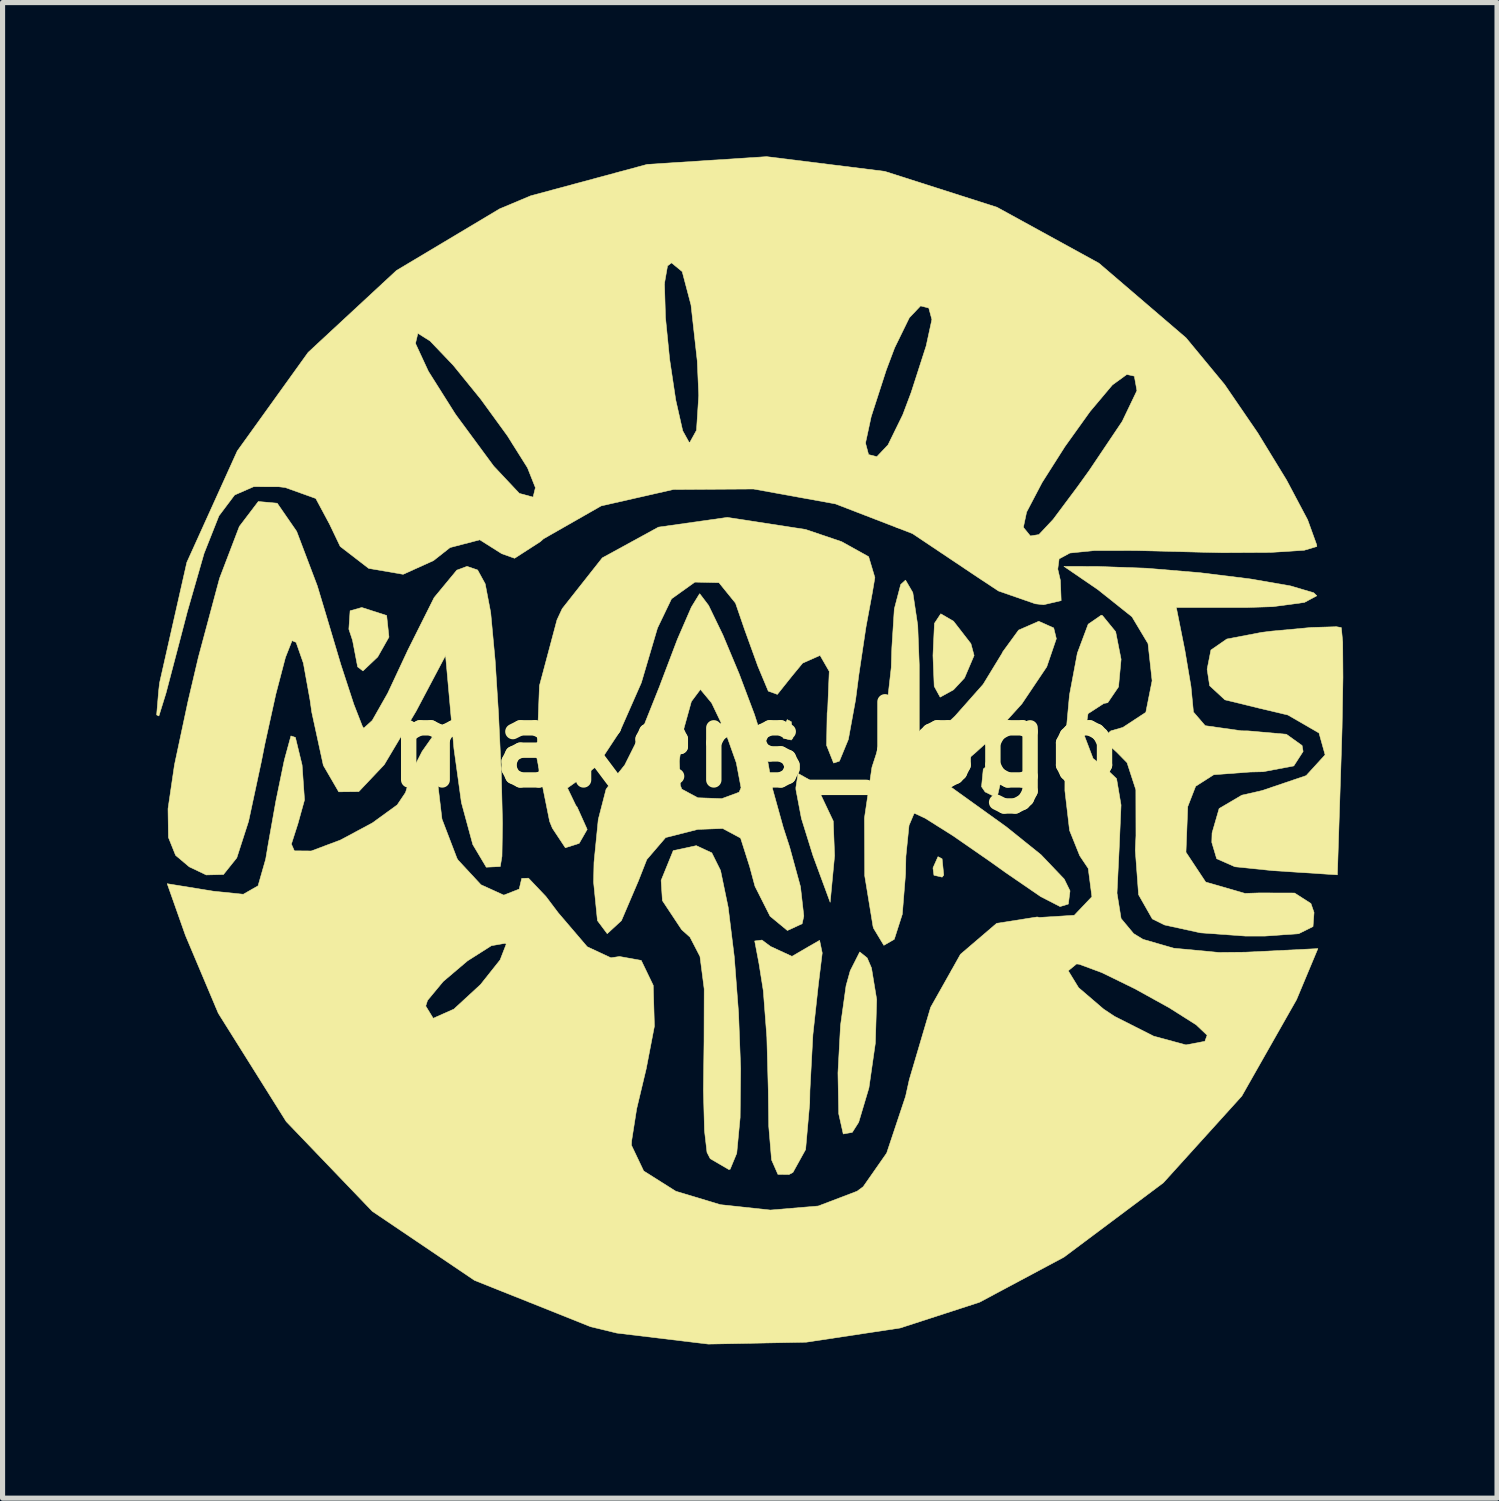
<source format=kicad_pcb>
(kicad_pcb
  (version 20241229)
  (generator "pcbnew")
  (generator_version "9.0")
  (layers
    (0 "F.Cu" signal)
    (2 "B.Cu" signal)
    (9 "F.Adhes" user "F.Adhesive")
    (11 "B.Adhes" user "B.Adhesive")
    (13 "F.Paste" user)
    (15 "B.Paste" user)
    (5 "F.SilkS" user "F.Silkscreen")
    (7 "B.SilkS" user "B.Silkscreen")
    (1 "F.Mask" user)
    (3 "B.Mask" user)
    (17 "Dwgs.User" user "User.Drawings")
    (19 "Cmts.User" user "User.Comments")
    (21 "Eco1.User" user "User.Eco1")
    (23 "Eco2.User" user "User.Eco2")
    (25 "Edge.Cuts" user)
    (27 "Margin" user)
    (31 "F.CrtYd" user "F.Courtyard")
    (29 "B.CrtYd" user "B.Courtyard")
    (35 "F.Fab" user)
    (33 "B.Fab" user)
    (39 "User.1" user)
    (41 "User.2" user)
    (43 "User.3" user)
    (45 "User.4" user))
  (footprint "makers_logo"
    (layer "F.Cu")
    (at 11.67 11.472)
    (property "Reference" "makers_logo" (at 0 0 0) (layer "F.SilkS") (effects (font (size 1.524 1.524) (thickness 0.3))))
    (attr through_hole)
    (fp_poly (pts (xy 0.713 -0.446) (xy 0.745 -0.128) (xy 0.713 -0.089) (xy 0.554 -0.126) (xy 0.535 -0.267) (xy 0.633 -0.487) (xy 0.713 -0.446)) (stroke (width 0.01) (type solid)) (fill yes) (layer "F.SilkS"))
    (fp_poly (pts (xy 3.654 2.228) (xy 3.686 2.545) (xy 3.654 2.585) (xy 3.495 2.548) (xy 3.476 2.406) (xy 3.574 2.186) (xy 3.654 2.228)) (stroke (width 0.01) (type solid)) (fill yes) (layer "F.SilkS"))
    (fp_poly (pts (xy 4.773 0.462) (xy 4.813 0.653) (xy 4.725 1.039) (xy 4.493 0.923) (xy 4.423 0.821) (xy 4.457 0.477) (xy 4.541 0.404) (xy 4.773 0.462)) (stroke (width 0.01) (type solid)) (fill yes) (layer "F.SilkS"))
    (fp_poly (pts (xy -7.179 -2.518) (xy -7.134 -2.097) (xy -7.353 -1.71) (xy -7.641 -1.437) (xy -7.745 -1.516) (xy -7.844 -2.033) (xy -7.916 -2.251) (xy -7.892 -2.61) (xy -7.664 -2.674) (xy -7.179 -2.518)) (stroke (width 0.01) (type solid)) (fill yes) (layer "F.SilkS"))
    (fp_poly (pts (xy 1.061 0.684) (xy 1.223 0.841) (xy 1.531 1.491) (xy 1.557 2.168) (xy 1.471 3.075) (xy 1.136 2.166) (xy 0.91 1.439) (xy 0.803 0.877) (xy 0.802 0.839) (xy 0.845 0.563) (xy 1.061 0.684)) (stroke (width 0.01) (type solid)) (fill yes) (layer "F.SilkS"))
    (fp_poly (pts (xy 3.877 -2.406) (xy 4.216 -1.968) (xy 4.278 -1.738) (xy 4.091 -1.299) (xy 3.877 -1.069) (xy 3.616 -0.925) (xy 3.5 -1.137) (xy 3.476 -1.738) (xy 3.505 -2.365) (xy 3.628 -2.551) (xy 3.877 -2.406)) (stroke (width 0.01) (type solid)) (fill yes) (layer "F.SilkS"))
    (fp_poly (pts (xy 2.193 4.161) (xy 2.277 4.357) (xy 2.378 4.971) (xy 2.352 5.823) (xy 2.227 6.695) (xy 2.027 7.366) (xy 1.902 7.563) (xy 1.726 7.594) (xy 1.638 7.201) (xy 1.623 6.403) (xy 1.673 5.476) (xy 1.781 4.703) (xy 1.862 4.412) (xy 2.048 4.044) (xy 2.193 4.161)) (stroke (width 0.01) (type solid)) (fill yes) (layer "F.SilkS"))
    (fp_poly (pts (xy 0.308 3.937) (xy 0.726 4.13) (xy 1.057 3.937) (xy 1.265 3.818) (xy 1.316 4.064) (xy 1.241 4.679) (xy 1.134 5.659) (xy 1.076 6.748) (xy 1.072 6.99) (xy 0.992 7.898) (xy 0.745 8.344) (xy 0.668 8.385) (xy 0.452 8.382) (xy 0.328 8.1) (xy 0.273 7.445) (xy 0.264 6.743) (xy 0.236 5.707) (xy 0.167 4.801) (xy 0.084 4.278) (xy -0.001 3.83) (xy 0.141 3.812) (xy 0.308 3.937)) (stroke (width 0.01) (type solid)) (fill yes) (layer "F.SilkS"))
    (fp_poly (pts (xy -0.838 2.111) (xy -0.667 2.455) (xy -0.518 3.174) (xy -0.399 4.142) (xy -0.316 5.233) (xy -0.275 6.318) (xy -0.285 7.273) (xy -0.351 7.97) (xy -0.48 8.282) (xy -0.505 8.288) (xy -0.868 8.076) (xy -0.931 7.954) (xy -0.98 7.53) (xy -1.001 6.745) (xy -0.989 5.794) (xy -0.986 4.766) (xy -1.068 4.132) (xy -1.263 3.755) (xy -1.425 3.61) (xy -1.801 3.043) (xy -1.826 2.649) (xy -1.59 2.068) (xy -1.14 1.971) (xy -0.838 2.111)) (stroke (width 0.01) (type solid)) (fill yes) (layer "F.SilkS"))
    (fp_poly (pts (xy 11.44 -2.282) (xy 11.467 -2) (xy 11.472 -1.309) (xy 11.455 -0.333) (xy 11.44 0.166) (xy 11.363 2.54) (xy 10.122 2.46) (xy 9.366 2.383) (xy 9.009 2.226) (xy 8.914 1.907) (xy 8.919 1.724) (xy 9.057 1.247) (xy 9.499 0.987) (xy 9.893 0.897) (xy 10.754 0.605) (xy 11.124 0.2) (xy 11.005 -0.226) (xy 10.398 -0.577) (xy 9.863 -0.704) (xy 9.17 -0.873) (xy 8.872 -1.148) (xy 8.823 -1.47) (xy 8.897 -1.845) (xy 9.207 -2.059) (xy 9.888 -2.189) (xy 10.093 -2.214) (xy 10.85 -2.284) (xy 11.345 -2.299) (xy 11.44 -2.282)) (stroke (width 0.01) (type solid)) (fill yes) (layer "F.SilkS"))
    (fp_poly (pts (xy 0.991 -4.196) (xy 1.694 -3.958) (xy 2.221 -3.665) (xy 2.343 -3.257) (xy 2.294 -2.966) (xy 2.169 -2.291) (xy 2.03 -1.361) (xy 1.967 -0.876) (xy 1.826 -0.102) (xy 1.651 0.323) (xy 1.538 0.36) (xy 1.401 0.014) (xy 1.412 -0.618) (xy 1.423 -0.698) (xy 1.453 -1.428) (xy 1.274 -1.74) (xy 0.934 -1.589) (xy 0.723 -1.333) (xy 0.441 -0.979) (xy 0.264 -1.043) (xy 0.061 -1.529) (xy -0.2 -2.25) (xy -0.375 -2.759) (xy -0.698 -3.158) (xy -1.168 -3.169) (xy -1.623 -2.843) (xy -1.897 -2.273) (xy -2.212 -1.206) (xy -2.627 -0.264) (xy -3.069 0.407) (xy -3.362 0.639) (xy -3.653 0.846) (xy -3.489 1.187) (xy -3.464 1.218) (xy -3.268 1.654) (xy -3.424 1.926) (xy -3.694 2.012) (xy -3.947 1.63) (xy -4.001 1.497) (xy -4.252 0.251) (xy -4.199 -1.149) (xy -3.857 -2.432) (xy -3.755 -2.651) (xy -2.973 -3.642) (xy -1.878 -4.241) (xy -0.535 -4.431) (xy 0.991 -4.196)) (stroke (width 0.01) (type solid)) (fill yes) (layer "F.SilkS"))
    (fp_poly (pts (xy 3.083 -2.964) (xy 3.179 -2.323) (xy 3.208 -1.558) (xy 3.208 0.093) (xy 3.905 -0.555) (xy 4.455 -1.176) (xy 4.826 -1.784) (xy 4.834 -1.805) (xy 5.146 -2.233) (xy 5.539 -2.405) (xy 5.831 -2.275) (xy 5.882 -2.065) (xy 5.695 -1.517) (xy 5.209 -0.794) (xy 4.542 -0.058) (xy 4.31 0.153) (xy 3.662 0.711) (xy 4.906 1.604) (xy 5.584 2.149) (xy 6.036 2.623) (xy 6.149 2.853) (xy 6.116 3.11) (xy 5.955 3.159) (xy 5.577 2.965) (xy 4.892 2.495) (xy 4.581 2.273) (xy 3.862 1.775) (xy 3.322 1.435) (xy 3.11 1.337) (xy 3.009 1.576) (xy 2.948 2.179) (xy 2.941 2.524) (xy 2.878 3.308) (xy 2.721 3.798) (xy 2.518 3.915) (xy 2.318 3.583) (xy 2.307 3.547) (xy 2.145 2.559) (xy 2.14 1.431) (xy 2.286 0.441) (xy 2.37 0.183) (xy 2.554 -0.547) (xy 2.662 -1.501) (xy 2.674 -1.889) (xy 2.722 -2.646) (xy 2.847 -3.123) (xy 2.941 -3.208) (xy 3.083 -2.964)) (stroke (width 0.01) (type solid)) (fill yes) (layer "F.SilkS"))
    (fp_poly (pts (xy -0.9 -2.714) (xy -0.622 -2.139) (xy -0.303 -1.377) (xy -0.006 -0.588) (xy 0.204 0.069) (xy 0.267 0.398) (xy 0.349 0.87) (xy 0.557 1.619) (xy 0.681 2.001) (xy 0.892 2.772) (xy 0.957 3.344) (xy 0.924 3.494) (xy 0.637 3.626) (xy 0.299 3.347) (xy 0.004 2.762) (xy -0.098 2.383) (xy -0.276 1.823) (xy -0.625 1.636) (xy -1.111 1.654) (xy -1.738 1.813) (xy -2.105 2.241) (xy -2.269 2.658) (xy -2.6 3.433) (xy -2.877 3.688) (xy -3.068 3.433) (xy -3.143 2.683) (xy -3.135 2.298) (xy -3.052 1.462) (xy -2.9 0.872) (xy -2.772 0.694) (xy -2.536 0.399) (xy -2.495 0.317) (xy -1.471 0.317) (xy -1.452 0.793) (xy -1.423 0.869) (xy -1.11 1.037) (xy -0.643 1.054) (xy -0.305 0.929) (xy -0.267 0.842) (xy -0.36 0.353) (xy -0.581 -0.269) (xy -0.841 -0.812) (xy -1.053 -1.068) (xy -1.065 -1.069) (xy -1.236 -0.84) (xy -1.385 -0.302) (xy -1.471 0.317) (xy -2.495 0.317) (xy -2.205 -0.263) (xy -1.85 -1.152) (xy -1.839 -1.183) (xy -1.509 -2.052) (xy -1.236 -2.681) (xy -1.077 -2.94) (xy -1.072 -2.941) (xy -0.9 -2.714)) (stroke (width 0.01) (type solid)) (fill yes) (layer "F.SilkS"))
    (fp_poly (pts (xy 6.692 -3.474) (xy 7.649 -3.439) (xy 8.686 -3.352) (xy 9.665 -3.231) (xy 10.449 -3.095) (xy 10.902 -2.961) (xy 10.962 -2.902) (xy 10.721 -2.773) (xy 10.104 -2.69) (xy 9.592 -2.674) (xy 8.222 -2.674) (xy 8.389 -1.838) (xy 8.508 -1.132) (xy 8.556 -0.635) (xy 8.785 -0.369) (xy 9.492 -0.269) (xy 9.625 -0.267) (xy 10.369 -0.201) (xy 10.675 0.018) (xy 10.695 0.134) (xy 10.513 0.416) (xy 9.915 0.529) (xy 9.654 0.535) (xy 8.951 0.588) (xy 8.599 0.813) (xy 8.445 1.209) (xy 8.41 2.1) (xy 8.795 2.681) (xy 9.561 2.902) (xy 9.839 2.893) (xy 10.529 2.895) (xy 10.847 3.099) (xy 10.908 3.275) (xy 10.888 3.549) (xy 10.609 3.688) (xy 9.957 3.734) (xy 9.578 3.735) (xy 8.693 3.671) (xy 7.993 3.518) (xy 7.754 3.4) (xy 7.486 2.928) (xy 7.422 2.062) (xy 7.435 1.779) (xy 7.433 0.882) (xy 7.261 0.353) (xy 7.061 0.149) (xy 6.767 -0.119) (xy 6.945 -0.268) (xy 7.179 -0.335) (xy 7.627 -0.629) (xy 7.75 -1.245) (xy 7.67 -1.97) (xy 7.357 -2.493) (xy 6.692 -3.023) (xy 6.03 -3.476) (xy 6.692 -3.474)) (stroke (width 0.01) (type solid)) (fill yes) (layer "F.SilkS"))
    (fp_poly (pts (xy -9.313 -4.707) (xy -8.934 -4.158) (xy -8.532 -3.097) (xy -8.367 -2.549) (xy -8.073 -1.562) (xy -7.82 -0.788) (xy -7.653 -0.359) (xy -7.627 -0.319) (xy -7.46 -0.471) (xy -7.158 -1.003) (xy -6.784 -1.803) (xy -6.774 -1.826) (xy -6.253 -2.867) (xy -5.811 -3.402) (xy -5.611 -3.476) (xy -5.405 -3.405) (xy -5.257 -3.135) (xy -5.15 -2.576) (xy -5.063 -1.639) (xy -4.998 -0.612) (xy -4.943 0.568) (xy -4.92 1.537) (xy -4.93 2.178) (xy -4.963 2.378) (xy -5.236 2.391) (xy -5.499 1.949) (xy -5.721 1.13) (xy -5.867 0.076) (xy -6.03 -1.738) (xy -6.605 -0.651) (xy -7.226 0.392) (xy -7.723 0.917) (xy -8.114 0.921) (xy -8.414 0.405) (xy -8.64 -0.634) (xy -8.673 -0.868) (xy -8.803 -1.588) (xy -8.945 -1.994) (xy -9.024 -2.027) (xy -9.153 -1.7) (xy -9.341 -0.982) (xy -9.555 -0.009) (xy -9.621 0.324) (xy -9.872 1.496) (xy -10.102 2.209) (xy -10.362 2.534) (xy -10.698 2.542) (xy -11.029 2.384) (xy -11.295 2.16) (xy -11.435 1.811) (xy -11.443 1.251) (xy -11.317 0.394) (xy -11.053 -0.844) (xy -10.851 -1.703) (xy -10.438 -3.243) (xy -10.052 -4.254) (xy -9.682 -4.741) (xy -9.313 -4.707)) (stroke (width 0.01) (type solid)) (fill yes) (layer "F.SilkS"))
    (fp_poly (pts (xy 2.535 -11.18) (xy 4.724 -10.48) (xy 6.712 -9.389) (xy 8.412 -7.932) (xy 9.164 -7.022) (xy 9.81 -6.079) (xy 10.374 -5.156) (xy 10.783 -4.384) (xy 10.96 -3.895) (xy 10.962 -3.863) (xy 10.716 -3.79) (xy 10.06 -3.748) (xy 9.118 -3.743) (xy 8.756 -3.751) (xy 7.468 -3.784) (xy 6.627 -3.785) (xy 6.146 -3.736) (xy 5.936 -3.622) (xy 5.91 -3.423) (xy 5.961 -3.202) (xy 5.976 -2.808) (xy 5.634 -2.728) (xy 5.473 -2.746) (xy 4.755 -2.995) (xy 4.36 -3.256) (xy 3.077 -4.115) (xy 2.76 -4.237) (xy 5.239 -4.237) (xy 5.376 -4.069) (xy 5.542 -4.096) (xy 5.82 -4.392) (xy 6.294 -5.027) (xy 6.525 -5.348) (xy 7.166 -6.302) (xy 7.454 -6.903) (xy 7.403 -7.186) (xy 7.257 -7.219) (xy 6.975 -7.014) (xy 6.54 -6.497) (xy 6.05 -5.813) (xy 5.604 -5.111) (xy 5.302 -4.535) (xy 5.239 -4.237) (xy 2.76 -4.237) (xy 1.573 -4.695) (xy -0.024 -4.985) (xy -1.589 -4.975) (xy -2.996 -4.655) (xy -4.119 -4.014) (xy -4.183 -3.957) (xy -4.684 -3.634) (xy -4.934 -3.723) (xy -5.363 -3.994) (xy -5.942 -3.843) (xy -6.266 -3.588) (xy -6.857 -3.321) (xy -7.53 -3.437) (xy -8.085 -3.865) (xy -8.292 -4.298) (xy -8.561 -4.8) (xy -9.157 -5.014) (xy -9.284 -5.029) (xy -9.773 -5.03) (xy -10.144 -4.868) (xy -10.45 -4.461) (xy -10.74 -3.729) (xy -11.067 -2.591) (xy -11.234 -1.95) (xy -11.482 -1.006) (xy -11.621 -0.558) (xy -11.665 -0.579) (xy -11.626 -1.045) (xy -11.608 -1.203) (xy -11.076 -3.554) (xy -10.092 -5.727) (xy -8.711 -7.648) (xy -8.522 -7.824) (xy -6.617 -7.824) (xy -6.365 -7.28) (xy -5.849 -6.462) (xy -5.818 -6.417) (xy -5.092 -5.432) (xy -4.591 -4.899) (xy -4.323 -4.827) (xy -4.278 -5.011) (xy -4.432 -5.399) (xy -4.735 -5.881) (xy 2.16 -5.881) (xy 2.22 -5.656) (xy 2.381 -5.615) (xy 2.599 -5.845) (xy 2.887 -6.433) (xy 3.05 -6.866) (xy 3.343 -7.775) (xy 3.455 -8.29) (xy 3.394 -8.515) (xy 3.234 -8.556) (xy 3.015 -8.325) (xy 2.728 -7.738) (xy 2.565 -7.305) (xy 2.271 -6.396) (xy 2.16 -5.881) (xy -4.735 -5.881) (xy -4.822 -6.02) (xy -5.341 -6.734) (xy -5.881 -7.399) (xy -6.334 -7.873) (xy -6.57 -8.021) (xy -6.617 -7.824) (xy -8.522 -7.824) (xy -7.261 -8.993) (xy -1.761 -8.993) (xy -1.741 -8.329) (xy -1.66 -7.514) (xy -1.541 -6.721) (xy -1.405 -6.12) (xy -1.273 -5.882) (xy -1.136 -6.13) (xy -1.092 -6.813) (xy -1.121 -7.481) (xy -1.243 -8.574) (xy -1.415 -9.225) (xy -1.623 -9.396) (xy -1.701 -9.336) (xy -1.761 -8.993) (xy -7.261 -8.993) (xy -6.988 -9.246) (xy -4.977 -10.448) (xy -4.37 -10.703) (xy -2.098 -11.316) (xy 0.232 -11.467) (xy 2.535 -11.18)) (stroke (width 0.01) (type solid)) (fill yes) (layer "F.SilkS"))
    (fp_poly (pts (xy 6.781 -2.517) (xy 7.039 -2.201) (xy 7.145 -1.663) (xy 7.095 -1.126) (xy 6.885 -0.817) (xy 6.807 -0.802) (xy 6.5 -0.603) (xy 6.432 -0.166) (xy 6.599 0.272) (xy 6.821 0.439) (xy 7.057 0.665) (xy 7.144 1.179) (xy 7.107 2.036) (xy 7.065 2.897) (xy 7.145 3.393) (xy 7.389 3.686) (xy 7.572 3.798) (xy 8.172 3.971) (xy 9.052 4.054) (xy 9.569 4.049) (xy 10.983 3.979) (xy 10.567 4.974) (xy 9.499 6.855) (xy 7.969 8.546) (xy 6.031 9.996) (xy 4.384 10.876) (xy 2.837 11.378) (xy 1.005 11.655) (xy -0.906 11.692) (xy -2.691 11.477) (xy -3.202 11.353) (xy -5.466 10.449) (xy -7.458 9.103) (xy -9.137 7.353) (xy -10.463 5.239) (xy -10.522 5.099) (xy -6.417 5.099) (xy -6.271 5.338) (xy -5.868 5.159) (xy -5.348 4.68) (xy -4.966 4.199) (xy -4.848 3.894) (xy -4.86 3.874) (xy -5.136 3.922) (xy -5.602 4.218) (xy -6.076 4.62) (xy -6.382 4.989) (xy -6.417 5.099) (xy -10.522 5.099) (xy -11.103 3.722) (xy -11.459 2.713) (xy -10.56 2.859) (xy -9.975 2.919) (xy -9.687 2.754) (xy -9.538 2.233) (xy -9.494 1.97) (xy -9.339 1.099) (xy -9.182 0.337) (xy -9.165 0.267) (xy -9.046 -0.169) (xy -8.959 -0.14) (xy -8.832 0.383) (xy -8.828 0.401) (xy -8.781 1.079) (xy -8.91 1.544) (xy -9.037 1.94) (xy -8.979 2.072) (xy -8.65 2.075) (xy -8.08 1.861) (xy -7.458 1.528) (xy -6.973 1.176) (xy -6.811 0.935) (xy -6.68 0.51) (xy -6.488 0.134) (xy -6.285 -0.154) (xy -6.204 -0.038) (xy -6.202 0.545) (xy -6.203 0.583) (xy -6.1 1.453) (xy -5.807 2.219) (xy -5.785 2.254) (xy -5.339 2.734) (xy -4.894 2.936) (xy -4.594 2.818) (xy -4.545 2.61) (xy -4.413 2.605) (xy -4.074 2.961) (xy -3.832 3.282) (xy -3.267 3.943) (xy -2.805 4.158) (xy -2.637 4.133) (xy -2.214 4.209) (xy -1.98 4.695) (xy -1.957 5.492) (xy -2.116 6.319) (xy -2.303 7.103) (xy -2.401 7.727) (xy -2.405 7.814) (xy -2.166 8.316) (xy -1.54 8.711) (xy -0.67 8.973) (xy 0.304 9.078) (xy 1.239 8.999) (xy 1.995 8.711) (xy 2.115 8.623) (xy 2.573 7.967) (xy 2.942 6.86) (xy 3.014 6.535) (xy 3.431 5.123) (xy 3.832 4.411) (xy 6.114 4.411) (xy 6.316 4.741) (xy 6.803 5.158) (xy 7.018 5.301) (xy 7.779 5.686) (xy 8.41 5.857) (xy 8.779 5.787) (xy 8.823 5.668) (xy 8.609 5.465) (xy 8.081 5.131) (xy 7.41 4.76) (xy 6.769 4.447) (xy 6.329 4.284) (xy 6.276 4.278) (xy 6.114 4.411) (xy 3.832 4.411) (xy 4.012 4.09) (xy 4.718 3.486) (xy 5.507 3.362) (xy 5.557 3.371) (xy 6.232 3.329) (xy 6.576 2.967) (xy 6.504 2.415) (xy 6.338 2.167) (xy 6.14 1.674) (xy 6.049 0.898) (xy 6.052 -0.026) (xy 6.138 -0.965) (xy 6.292 -1.784) (xy 6.503 -2.348) (xy 6.758 -2.524) (xy 6.781 -2.517)) (stroke (width 0.01) (type solid)) (fill yes) (layer "F.SilkS")))
  (gr_rect
    (start -3 -3)
    (end 26.147 26.169)
    (stroke (width 0.1) (type default))
    (fill no)
    (layer "Edge.Cuts")))
</source>
